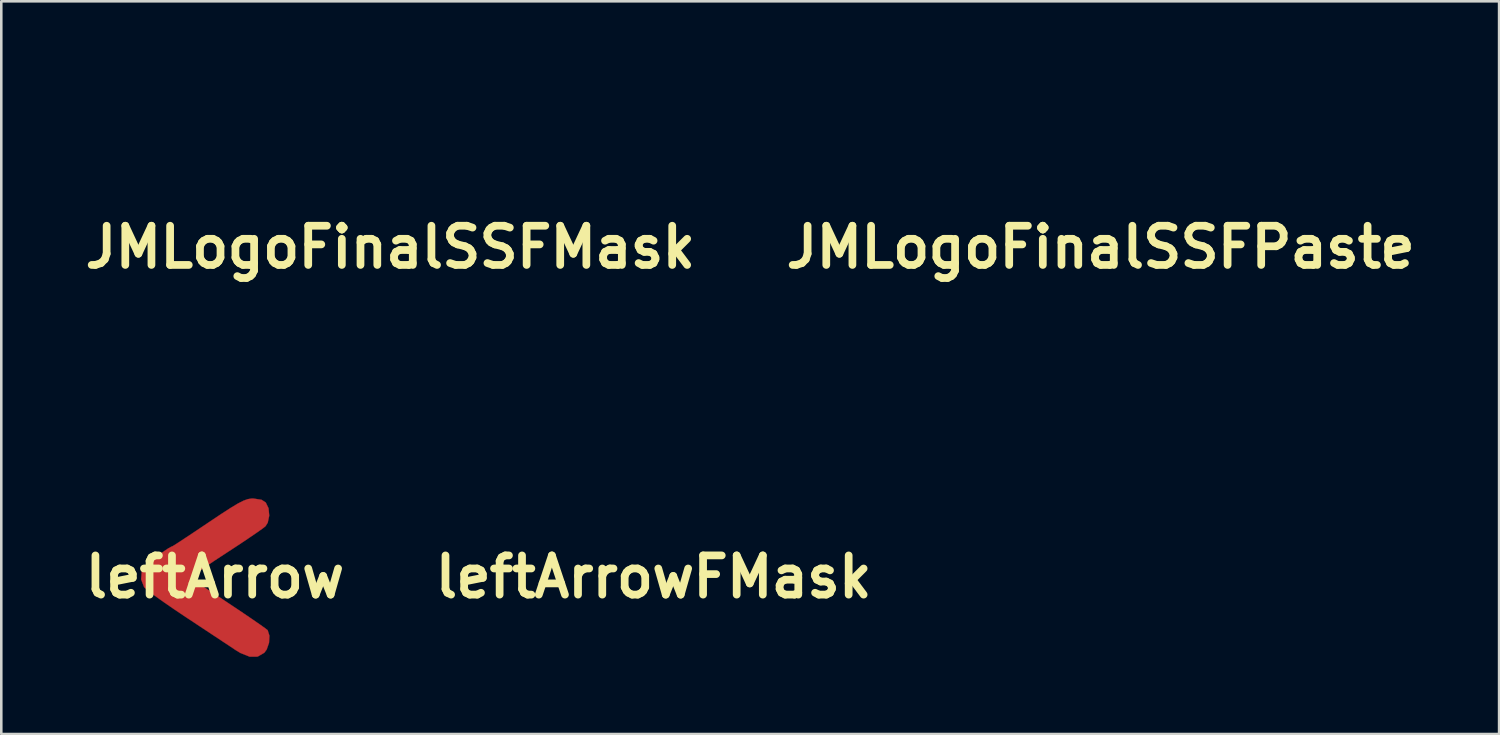
<source format=kicad_pcb>
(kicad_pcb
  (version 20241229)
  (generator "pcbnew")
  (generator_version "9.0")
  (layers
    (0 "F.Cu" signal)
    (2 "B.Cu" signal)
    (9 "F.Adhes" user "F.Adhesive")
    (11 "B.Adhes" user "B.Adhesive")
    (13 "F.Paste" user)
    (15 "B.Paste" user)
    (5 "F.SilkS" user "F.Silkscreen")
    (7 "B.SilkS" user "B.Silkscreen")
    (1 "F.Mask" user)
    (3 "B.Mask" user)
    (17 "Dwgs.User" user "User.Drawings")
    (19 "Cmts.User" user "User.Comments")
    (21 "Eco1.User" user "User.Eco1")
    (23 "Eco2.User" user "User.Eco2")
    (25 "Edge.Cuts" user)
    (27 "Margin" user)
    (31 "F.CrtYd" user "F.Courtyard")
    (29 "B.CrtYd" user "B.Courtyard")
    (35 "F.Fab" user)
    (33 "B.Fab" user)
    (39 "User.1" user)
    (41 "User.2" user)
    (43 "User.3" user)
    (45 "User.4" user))
  (footprint "JMLogoFinalSSFMask"
    (layer "F.Cu")
    (at 12.127 6.561)
    (property "Reference" "JMLogoFinalSSFMask" (at 0 0 0) (layer "F.SilkS") (effects (font (size 1.524 1.524) (thickness 0.3))))
    (attr through_hole)
    (fp_poly (pts (xy 0.828 -6.539) (xy 1.262 -6.498) (xy 1.524 -6.447) (xy 2.607 -6.067) (xy 3.569 -5.571) (xy 4.41 -4.955) (xy 5.134 -4.219) (xy 5.742 -3.362) (xy 5.969 -2.954) (xy 6.36 -2.018) (xy 6.603 -1.027) (xy 6.699 -0.007) (xy 6.646 1.015) (xy 6.443 2.012) (xy 6.093 2.954) (xy 5.587 3.841) (xy 4.944 4.643) (xy 4.185 5.345) (xy 3.329 5.929) (xy 2.396 6.377) (xy 2.074 6.492) (xy 1.516 6.629) (xy 0.851 6.719) (xy 0.135 6.76) (xy -0.575 6.749) (xy -1.222 6.686) (xy -1.596 6.613) (xy -2.563 6.283) (xy -3.472 5.807) (xy -4.302 5.2) (xy -5.033 4.48) (xy -5.644 3.662) (xy -5.812 3.363) (xy -3.624 3.363) (xy -3.516 3.637) (xy -3.514 3.641) (xy -3.351 3.878) (xy -3.143 4.006) (xy -2.844 4.045) (xy -2.645 4.038) (xy -2.293 3.982) (xy -2.042 3.857) (xy -1.978 3.803) (xy -1.804 3.598) (xy -1.631 3.324) (xy -1.577 3.217) (xy -1.516 3.073) (xy -1.47 2.917) (xy -1.436 2.722) (xy -1.411 2.462) (xy -1.394 2.112) (xy -1.38 1.643) (xy -1.369 1.059) (xy -1.354 0.379) (xy -1.333 -0.138) (xy -1.306 -0.5) (xy -1.273 -0.713) (xy -1.241 -0.782) (xy -1.021 -0.842) (xy -0.75 -0.822) (xy -0.522 -0.73) (xy -0.494 -0.707) (xy -0.435 -0.638) (xy -0.394 -0.537) (xy -0.366 -0.376) (xy -0.349 -0.129) (xy -0.341 0.23) (xy -0.339 0.727) (xy -0.339 0.821) (xy -0.338 1.336) (xy -0.333 1.709) (xy -0.32 1.968) (xy -0.296 2.142) (xy -0.257 2.259) (xy -0.199 2.345) (xy -0.127 2.421) (xy 0.005 2.535) (xy 0.148 2.595) (xy 0.355 2.615) (xy 0.656 2.607) (xy 1.228 2.582) (xy 1.27 0.933) (xy 1.312 -0.716) (xy 1.545 -0.798) (xy 1.88 -0.83) (xy 2.011 -0.798) (xy 2.244 -0.716) (xy 2.289 0.721) (xy 2.308 1.207) (xy 2.332 1.641) (xy 2.359 1.992) (xy 2.386 2.228) (xy 2.405 2.31) (xy 2.544 2.483) (xy 2.78 2.584) (xy 3.142 2.623) (xy 3.247 2.625) (xy 3.504 2.625) (xy 3.693 2.612) (xy 3.824 2.563) (xy 3.908 2.456) (xy 3.954 2.266) (xy 3.975 1.973) (xy 3.98 1.553) (xy 3.979 1.053) (xy 3.974 0.535) (xy 3.959 0.042) (xy 3.936 -0.386) (xy 3.907 -0.711) (xy 3.886 -0.851) (xy 3.705 -1.31) (xy 3.391 -1.688) (xy 2.972 -1.955) (xy 2.766 -2.028) (xy 2.347 -2.096) (xy 1.867 -2.1) (xy 1.394 -2.044) (xy 0.995 -1.933) (xy 0.901 -1.89) (xy 0.696 -1.792) (xy 0.554 -1.767) (xy 0.395 -1.816) (xy 0.224 -1.899) (xy 0.062 -1.969) (xy -0.12 -2.02) (xy -0.355 -2.054) (xy -0.675 -2.076) (xy -1.115 -2.09) (xy -1.397 -2.095) (xy -1.858 -2.1) (xy -2.272 -2.099) (xy -2.601 -2.091) (xy -2.812 -2.079) (xy -2.857 -2.073) (xy -3.048 -2.029) (xy -3.048 0.26) (xy -3.05 1.013) (xy -3.058 1.614) (xy -3.074 2.082) (xy -3.102 2.435) (xy -3.143 2.691) (xy -3.201 2.867) (xy -3.278 2.982) (xy -3.377 3.053) (xy -3.47 3.09) (xy -3.61 3.187) (xy -3.624 3.363) (xy -5.812 3.363) (xy -5.965 3.09) (xy -6.235 2.506) (xy -6.425 1.988) (xy -6.547 1.48) (xy -6.614 0.929) (xy -6.639 0.277) (xy -6.64 0.127) (xy -6.626 -0.555) (xy -6.57 -1.126) (xy -6.462 -1.64) (xy -6.289 -2.154) (xy -6.049 -2.702) (xy -5.66 -3.387) (xy -3.048 -3.387) (xy -2.977 -3.032) (xy -2.787 -2.76) (xy -2.516 -2.588) (xy -2.199 -2.529) (xy -1.874 -2.599) (xy -1.602 -2.787) (xy -1.402 -3.089) (xy -1.344 -3.415) (xy -1.414 -3.729) (xy -1.596 -3.994) (xy -1.876 -4.174) (xy -2.201 -4.233) (xy -2.57 -4.159) (xy -2.849 -3.954) (xy -3.014 -3.642) (xy -3.048 -3.387) (xy -5.66 -3.387) (xy -5.514 -3.643) (xy -4.854 -4.473) (xy -4.081 -5.183) (xy -3.203 -5.765) (xy -2.233 -6.21) (xy -1.609 -6.408) (xy -1.244 -6.477) (xy -0.771 -6.525) (xy -0.236 -6.552) (xy 0.313 -6.556) (xy 0.828 -6.539)) (stroke (width 0.01) (type solid)) (fill yes) (layer "F.Mask"))
    (pad "" smd circle (at 1.27 -3.81) (size 1 1) (layers "F.Mask")))
  (footprint "leftArrowFMask"
    (layer "F.Cu")
    (at 22.362 19.379)
    (property "Reference" "leftArrowFMask" (at 0 0 0) (layer "F.SilkS") (effects (font (size 1.524 1.524) (thickness 0.3))))
    (attr through_hole)
    (fp_poly (pts (xy 1.814 -2.998) (xy 1.977 -2.893) (xy 2.086 -2.668) (xy 2.112 -2.381) (xy 2.055 -2.109) (xy 1.966 -1.968) (xy 1.849 -1.877) (xy 1.615 -1.712) (xy 1.288 -1.489) (xy 0.894 -1.226) (xy 0.458 -0.941) (xy 0.443 -0.931) (xy 0.018 -0.653) (xy -0.353 -0.404) (xy -0.65 -0.199) (xy -0.849 -0.054) (xy -0.929 0.017) (xy -0.93 0.019) (xy -0.866 0.102) (xy -0.71 0.218) (xy -0.699 0.225) (xy -0.422 0.4) (xy -0.078 0.623) (xy 0.308 0.877) (xy 0.711 1.145) (xy 1.103 1.408) (xy 1.459 1.65) (xy 1.753 1.853) (xy 1.959 2) (xy 2.051 2.072) (xy 2.052 2.074) (xy 2.12 2.288) (xy 2.104 2.564) (xy 2.013 2.824) (xy 1.921 2.949) (xy 1.661 3.1) (xy 1.354 3.103) (xy 0.988 2.956) (xy 0.804 2.844) (xy 0.604 2.71) (xy 0.291 2.503) (xy -0.105 2.241) (xy -0.556 1.943) (xy -1.032 1.628) (xy -1.123 1.568) (xy -1.578 1.263) (xy -1.99 0.979) (xy -2.336 0.732) (xy -2.592 0.539) (xy -2.736 0.416) (xy -2.753 0.395) (xy -2.868 0.096) (xy -2.842 -0.226) (xy -2.796 -0.336) (xy -2.702 -0.437) (xy -2.516 -0.596) (xy -2.278 -0.782) (xy -2.032 -0.962) (xy -1.82 -1.105) (xy -1.682 -1.181) (xy -1.662 -1.185) (xy -1.585 -1.23) (xy -1.389 -1.356) (xy -1.097 -1.548) (xy -0.73 -1.792) (xy -0.311 -2.073) (xy -0.246 -2.117) (xy 0.242 -2.443) (xy 0.615 -2.684) (xy 0.895 -2.853) (xy 1.107 -2.961) (xy 1.271 -3.021) (xy 1.412 -3.045) (xy 1.486 -3.048) (xy 1.814 -2.998)) (stroke (width 0.01) (type solid)) (fill yes) (layer "F.Mask"))
    (pad "" smd circle (at -1.778 0) (size 1 1) (layers "F.Mask")))
  (footprint "leftArrow"
    (layer "F.Cu")
    (at 5.305 19.379)
    (property "Reference" "leftArrow" (at 0 0 0) (layer "F.SilkS") (effects (font (size 1.524 1.524) (thickness 0.3))))
    (attr through_hole)
    (fp_poly (pts (xy 1.814 -2.998) (xy 1.977 -2.893) (xy 2.086 -2.668) (xy 2.112 -2.381) (xy 2.055 -2.109) (xy 1.966 -1.968) (xy 1.849 -1.877) (xy 1.615 -1.712) (xy 1.288 -1.489) (xy 0.894 -1.226) (xy 0.458 -0.941) (xy 0.443 -0.931) (xy 0.018 -0.653) (xy -0.353 -0.404) (xy -0.65 -0.199) (xy -0.849 -0.054) (xy -0.929 0.017) (xy -0.93 0.019) (xy -0.866 0.102) (xy -0.71 0.218) (xy -0.699 0.225) (xy -0.422 0.4) (xy -0.078 0.623) (xy 0.308 0.877) (xy 0.711 1.145) (xy 1.103 1.408) (xy 1.459 1.65) (xy 1.753 1.853) (xy 1.959 2) (xy 2.051 2.072) (xy 2.052 2.074) (xy 2.12 2.288) (xy 2.104 2.564) (xy 2.013 2.824) (xy 1.921 2.949) (xy 1.661 3.1) (xy 1.354 3.103) (xy 0.988 2.956) (xy 0.804 2.844) (xy 0.604 2.71) (xy 0.291 2.503) (xy -0.105 2.241) (xy -0.556 1.943) (xy -1.032 1.628) (xy -1.123 1.568) (xy -1.578 1.263) (xy -1.99 0.979) (xy -2.336 0.732) (xy -2.592 0.539) (xy -2.736 0.416) (xy -2.753 0.395) (xy -2.868 0.096) (xy -2.842 -0.226) (xy -2.796 -0.336) (xy -2.702 -0.437) (xy -2.516 -0.596) (xy -2.278 -0.782) (xy -2.032 -0.962) (xy -1.82 -1.105) (xy -1.682 -1.181) (xy -1.662 -1.185) (xy -1.585 -1.23) (xy -1.389 -1.356) (xy -1.097 -1.548) (xy -0.73 -1.792) (xy -0.311 -2.073) (xy -0.246 -2.117) (xy 0.242 -2.443) (xy 0.615 -2.684) (xy 0.895 -2.853) (xy 1.107 -2.961) (xy 1.271 -3.021) (xy 1.412 -3.045) (xy 1.486 -3.048) (xy 1.814 -2.998)) (stroke (width 0.01) (type solid)) (fill yes) (layer "F.Cu"))
    (pad "1" smd circle (at -1.778 0) (size 1 1) (layers "F.Cu")))
  (footprint "JMLogoFinalSSFPaste"
    (layer "F.Cu")
    (at 39.743 6.561)
    (property "Reference" "JMLogoFinalSSFPaste" (at 0 0 0) (layer "F.SilkS") (effects (font (size 1.524 1.524) (thickness 0.3))))
    (attr through_hole)
    (fp_poly (pts (xy 0.828 -6.539) (xy 1.262 -6.498) (xy 1.524 -6.447) (xy 2.607 -6.067) (xy 3.569 -5.571) (xy 4.41 -4.955) (xy 5.134 -4.219) (xy 5.742 -3.362) (xy 5.969 -2.954) (xy 6.36 -2.018) (xy 6.603 -1.027) (xy 6.699 -0.007) (xy 6.646 1.015) (xy 6.443 2.012) (xy 6.093 2.954) (xy 5.587 3.841) (xy 4.944 4.643) (xy 4.185 5.345) (xy 3.329 5.929) (xy 2.396 6.377) (xy 2.074 6.492) (xy 1.516 6.629) (xy 0.851 6.719) (xy 0.135 6.76) (xy -0.575 6.749) (xy -1.222 6.686) (xy -1.596 6.613) (xy -2.563 6.283) (xy -3.472 5.807) (xy -4.302 5.2) (xy -5.033 4.48) (xy -5.644 3.662) (xy -5.812 3.363) (xy -3.624 3.363) (xy -3.516 3.637) (xy -3.514 3.641) (xy -3.351 3.878) (xy -3.143 4.006) (xy -2.844 4.045) (xy -2.645 4.038) (xy -2.293 3.982) (xy -2.042 3.857) (xy -1.978 3.803) (xy -1.804 3.598) (xy -1.631 3.324) (xy -1.577 3.217) (xy -1.516 3.073) (xy -1.47 2.917) (xy -1.436 2.722) (xy -1.411 2.462) (xy -1.394 2.112) (xy -1.38 1.643) (xy -1.369 1.059) (xy -1.354 0.379) (xy -1.333 -0.138) (xy -1.306 -0.5) (xy -1.273 -0.713) (xy -1.241 -0.782) (xy -1.021 -0.842) (xy -0.75 -0.822) (xy -0.522 -0.73) (xy -0.494 -0.707) (xy -0.435 -0.638) (xy -0.394 -0.537) (xy -0.366 -0.376) (xy -0.349 -0.129) (xy -0.341 0.23) (xy -0.339 0.727) (xy -0.339 0.821) (xy -0.338 1.336) (xy -0.333 1.709) (xy -0.32 1.968) (xy -0.296 2.142) (xy -0.257 2.259) (xy -0.199 2.345) (xy -0.127 2.421) (xy 0.005 2.535) (xy 0.148 2.595) (xy 0.355 2.615) (xy 0.656 2.607) (xy 1.228 2.582) (xy 1.27 0.933) (xy 1.312 -0.716) (xy 1.545 -0.798) (xy 1.88 -0.83) (xy 2.011 -0.798) (xy 2.244 -0.716) (xy 2.289 0.721) (xy 2.308 1.207) (xy 2.332 1.641) (xy 2.359 1.992) (xy 2.386 2.228) (xy 2.405 2.31) (xy 2.544 2.483) (xy 2.78 2.584) (xy 3.142 2.623) (xy 3.247 2.625) (xy 3.504 2.625) (xy 3.693 2.612) (xy 3.824 2.563) (xy 3.908 2.456) (xy 3.954 2.266) (xy 3.975 1.973) (xy 3.98 1.553) (xy 3.979 1.053) (xy 3.974 0.535) (xy 3.959 0.042) (xy 3.936 -0.386) (xy 3.907 -0.711) (xy 3.886 -0.851) (xy 3.705 -1.31) (xy 3.391 -1.688) (xy 2.972 -1.955) (xy 2.766 -2.028) (xy 2.347 -2.096) (xy 1.867 -2.1) (xy 1.394 -2.044) (xy 0.995 -1.933) (xy 0.901 -1.89) (xy 0.696 -1.792) (xy 0.554 -1.767) (xy 0.395 -1.816) (xy 0.224 -1.899) (xy 0.062 -1.969) (xy -0.12 -2.02) (xy -0.355 -2.054) (xy -0.675 -2.076) (xy -1.115 -2.09) (xy -1.397 -2.095) (xy -1.858 -2.1) (xy -2.272 -2.099) (xy -2.601 -2.091) (xy -2.812 -2.079) (xy -2.857 -2.073) (xy -3.048 -2.029) (xy -3.048 0.26) (xy -3.05 1.013) (xy -3.058 1.614) (xy -3.074 2.082) (xy -3.102 2.435) (xy -3.143 2.691) (xy -3.201 2.867) (xy -3.278 2.982) (xy -3.377 3.053) (xy -3.47 3.09) (xy -3.61 3.187) (xy -3.624 3.363) (xy -5.812 3.363) (xy -5.965 3.09) (xy -6.235 2.506) (xy -6.425 1.988) (xy -6.547 1.48) (xy -6.614 0.929) (xy -6.639 0.277) (xy -6.64 0.127) (xy -6.626 -0.555) (xy -6.57 -1.126) (xy -6.462 -1.64) (xy -6.289 -2.154) (xy -6.049 -2.702) (xy -5.66 -3.387) (xy -3.048 -3.387) (xy -2.977 -3.032) (xy -2.787 -2.76) (xy -2.516 -2.588) (xy -2.199 -2.529) (xy -1.874 -2.599) (xy -1.602 -2.787) (xy -1.402 -3.089) (xy -1.344 -3.415) (xy -1.414 -3.729) (xy -1.596 -3.994) (xy -1.876 -4.174) (xy -2.201 -4.233) (xy -2.57 -4.159) (xy -2.849 -3.954) (xy -3.014 -3.642) (xy -3.048 -3.387) (xy -5.66 -3.387) (xy -5.514 -3.643) (xy -4.854 -4.473) (xy -4.081 -5.183) (xy -3.203 -5.765) (xy -2.233 -6.21) (xy -1.609 -6.408) (xy -1.244 -6.477) (xy -0.771 -6.525) (xy -0.236 -6.552) (xy 0.313 -6.556) (xy 0.828 -6.539)) (stroke (width 0.01) (type solid)) (fill yes) (layer "F.Paste"))
    (pad "" smd circle (at 1.27 -3.81) (size 1 1) (layers "F.Paste")))
  (gr_rect
    (start -3 -3)
    (end 55.233 25.487)
    (stroke (width 0.1) (type default))
    (fill no)
    (layer "Edge.Cuts")))
</source>
